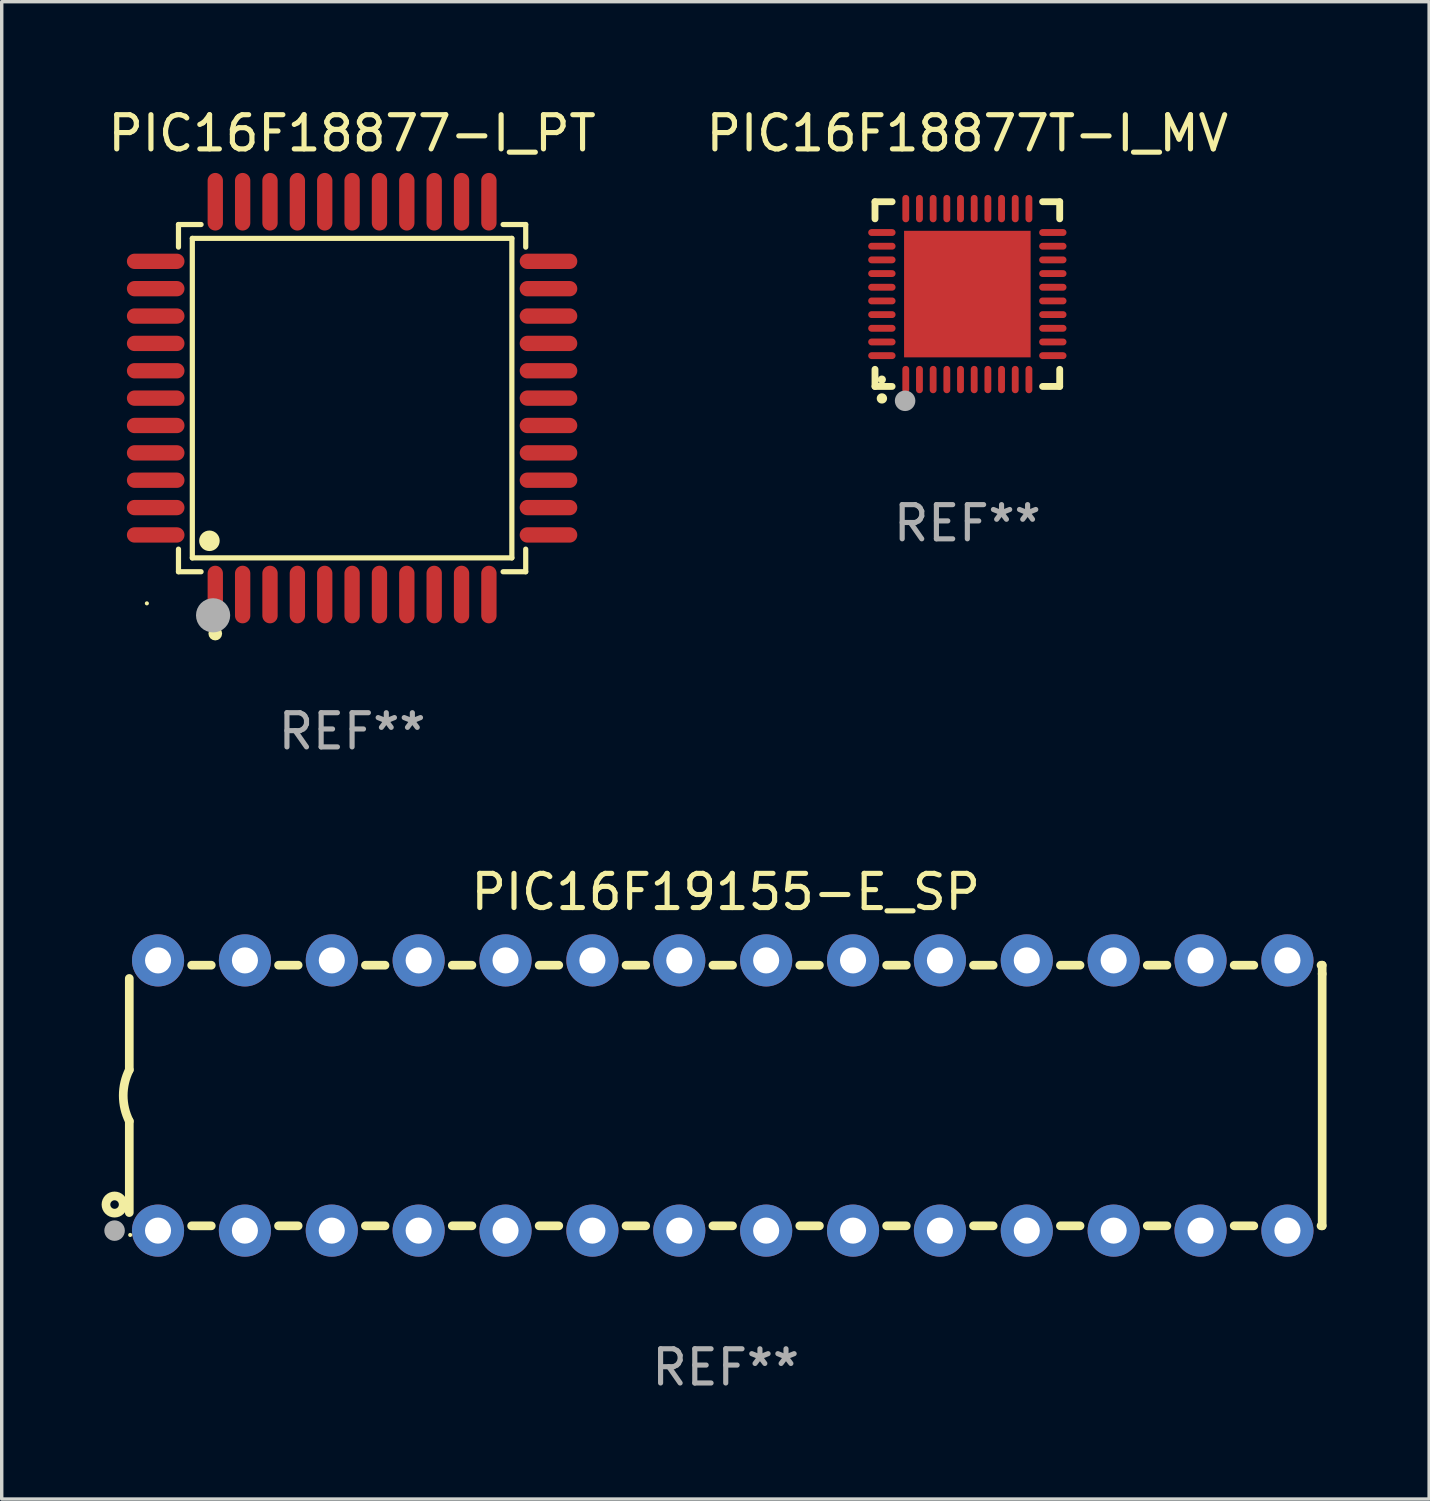
<source format=kicad_pcb>
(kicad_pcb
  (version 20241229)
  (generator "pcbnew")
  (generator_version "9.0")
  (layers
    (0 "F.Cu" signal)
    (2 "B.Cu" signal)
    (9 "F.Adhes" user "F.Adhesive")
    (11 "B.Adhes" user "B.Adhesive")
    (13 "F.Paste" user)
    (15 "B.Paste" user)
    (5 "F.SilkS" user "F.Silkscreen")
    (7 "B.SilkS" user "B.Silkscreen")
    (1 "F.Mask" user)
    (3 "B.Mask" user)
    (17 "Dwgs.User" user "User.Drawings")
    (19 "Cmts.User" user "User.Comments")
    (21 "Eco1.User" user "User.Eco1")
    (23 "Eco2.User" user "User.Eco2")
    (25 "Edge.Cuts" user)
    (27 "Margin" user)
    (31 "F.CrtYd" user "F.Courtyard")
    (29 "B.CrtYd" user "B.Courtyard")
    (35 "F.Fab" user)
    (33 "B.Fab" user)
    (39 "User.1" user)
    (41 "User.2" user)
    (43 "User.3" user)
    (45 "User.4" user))
  (footprint "PIC16F19155-E_SP"
    (layer "F.Cu")
    (at 18.168 28.979)
    (property "Reference" "PIC16F19155-E_SP" (at 0 -5.95 0) (layer "F.SilkS") (effects (font (size 1 1) (thickness 0.15))))
    (attr through_hole)
    (fp_line (start -17.438 0.75) (end -17.438 3.423) (stroke (width 0.254) (type solid)) (layer "F.SilkS"))
    (fp_line (start -17.438 -3.423) (end -17.438 -0.75) (stroke (width 0.254) (type solid)) (layer "F.SilkS"))
    (fp_line (start -15.615 3.81) (end -15.041 3.81) (stroke (width 0.254) (type solid)) (layer "F.SilkS"))
    (fp_line (start -15.041 -3.81) (end -15.614 -3.81) (stroke (width 0.254) (type solid)) (layer "F.SilkS"))
    (fp_line (start -13.075 3.81) (end -12.501 3.81) (stroke (width 0.254) (type solid)) (layer "F.SilkS"))
    (fp_line (start -12.501 -3.81) (end -13.074 -3.81) (stroke (width 0.254) (type solid)) (layer "F.SilkS"))
    (fp_line (start -10.535 3.81) (end -9.961 3.81) (stroke (width 0.254) (type solid)) (layer "F.SilkS"))
    (fp_line (start -9.961 -3.81) (end -10.534 -3.81) (stroke (width 0.254) (type solid)) (layer "F.SilkS"))
    (fp_line (start -7.995 3.81) (end -7.421 3.81) (stroke (width 0.254) (type solid)) (layer "F.SilkS"))
    (fp_line (start -7.421 -3.81) (end -7.995 -3.81) (stroke (width 0.254) (type solid)) (layer "F.SilkS"))
    (fp_line (start -5.455 3.81) (end -4.881 3.81) (stroke (width 0.254) (type solid)) (layer "F.SilkS"))
    (fp_line (start -4.881 -3.81) (end -5.455 -3.81) (stroke (width 0.254) (type solid)) (layer "F.SilkS"))
    (fp_line (start -2.915 3.81) (end -2.341 3.81) (stroke (width 0.254) (type solid)) (layer "F.SilkS"))
    (fp_line (start -2.341 -3.81) (end -2.915 -3.81) (stroke (width 0.254) (type solid)) (layer "F.SilkS"))
    (fp_line (start -0.375 3.81) (end 0.199 3.81) (stroke (width 0.254) (type solid)) (layer "F.SilkS"))
    (fp_line (start 0.199 -3.81) (end -0.375 -3.81) (stroke (width 0.254) (type solid)) (layer "F.SilkS"))
    (fp_line (start 2.165 3.81) (end 2.739 3.81) (stroke (width 0.254) (type solid)) (layer "F.SilkS"))
    (fp_line (start 2.739 -3.81) (end 2.165 -3.81) (stroke (width 0.254) (type solid)) (layer "F.SilkS"))
    (fp_line (start 4.705 3.81) (end 5.279 3.81) (stroke (width 0.254) (type solid)) (layer "F.SilkS"))
    (fp_line (start 5.279 -3.81) (end 4.705 -3.81) (stroke (width 0.254) (type solid)) (layer "F.SilkS"))
    (fp_line (start 7.245 3.81) (end 7.819 3.81) (stroke (width 0.254) (type solid)) (layer "F.SilkS"))
    (fp_line (start 7.819 -3.81) (end 7.245 -3.81) (stroke (width 0.254) (type solid)) (layer "F.SilkS"))
    (fp_line (start 9.785 3.81) (end 10.359 3.81) (stroke (width 0.254) (type solid)) (layer "F.SilkS"))
    (fp_line (start 10.359 -3.81) (end 9.785 -3.81) (stroke (width 0.254) (type solid)) (layer "F.SilkS"))
    (fp_line (start 12.325 3.81) (end 12.899 3.81) (stroke (width 0.254) (type solid)) (layer "F.SilkS"))
    (fp_line (start 12.899 -3.81) (end 12.325 -3.81) (stroke (width 0.254) (type solid)) (layer "F.SilkS"))
    (fp_line (start 14.865 3.81) (end 15.439 3.81) (stroke (width 0.254) (type solid)) (layer "F.SilkS"))
    (fp_line (start 15.439 -3.81) (end 14.865 -3.81) (stroke (width 0.254) (type solid)) (layer "F.SilkS"))
    (fp_line (start 17.405 3.81) (end 17.438 3.81) (stroke (width 0.254) (type solid)) (layer "F.SilkS"))
    (fp_line (start 17.438 -3.81) (end 17.405 -3.81) (stroke (width 0.254) (type solid)) (layer "F.SilkS"))
    (fp_line (start 17.438 -3.556) (end 17.438 -3.81) (stroke (width 0.254) (type solid)) (layer "F.SilkS"))
    (fp_line (start 17.438 3.81) (end 17.438 -3.556) (stroke (width 0.254) (type solid)) (layer "F.SilkS"))
    (fp_arc (start -17.437986 0.749657) (mid -17.614887 -0.000024) (end -17.437783 -0.749657) (stroke (width 0.254001) (type solid)) (layer "F.SilkS"))
    (fp_circle (center -17.868 3.188) (end -17.743 3.188) (stroke (width 0.254) (type solid)) (fill no) (layer "F.SilkS"))
    (fp_circle (center -17.411 4.077) (end -17.381 4.077) (stroke (width 0.06) (type solid)) (fill no) (layer "F.SilkS"))
    (fp_circle (center -17.868 3.95) (end -17.718 3.95) (stroke (width 0.3) (type solid)) (fill no) (layer "F.Fab"))
    (fp_text user "REF**" (at 0 7.95 0) (layer "F.Fab") (effects (font (size 1 1) (thickness 0.15))))
    (pad "1" thru_hole circle (at -16.598 3.95) (size 1.524 1.524) (drill 0.762) (layers "*.Cu" "*.Mask"))
    (pad "2" thru_hole circle (at -14.058 3.95) (size 1.524 1.524) (drill 0.762) (layers "*.Cu" "*.Mask"))
    (pad "3" thru_hole circle (at -11.518 3.95) (size 1.524 1.524) (drill 0.762) (layers "*.Cu" "*.Mask"))
    (pad "4" thru_hole circle (at -8.978 3.95) (size 1.524 1.524) (drill 0.762) (layers "*.Cu" "*.Mask"))
    (pad "5" thru_hole circle (at -6.438 3.95) (size 1.524 1.524) (drill 0.762) (layers "*.Cu" "*.Mask"))
    (pad "6" thru_hole circle (at -3.898 3.95) (size 1.524 1.524) (drill 0.762) (layers "*.Cu" "*.Mask"))
    (pad "7" thru_hole circle (at -1.358 3.95) (size 1.524 1.524) (drill 0.762) (layers "*.Cu" "*.Mask"))
    (pad "8" thru_hole circle (at 1.182 3.95) (size 1.524 1.524) (drill 0.762) (layers "*.Cu" "*.Mask"))
    (pad "9" thru_hole circle (at 3.722 3.95) (size 1.524 1.524) (drill 0.762) (layers "*.Cu" "*.Mask"))
    (pad "10" thru_hole circle (at 6.262 3.95) (size 1.524 1.524) (drill 0.762) (layers "*.Cu" "*.Mask"))
    (pad "11" thru_hole circle (at 8.802 3.95) (size 1.524 1.524) (drill 0.762) (layers "*.Cu" "*.Mask"))
    (pad "12" thru_hole circle (at 11.342 3.95) (size 1.524 1.524) (drill 0.762) (layers "*.Cu" "*.Mask"))
    (pad "13" thru_hole circle (at 13.882 3.95) (size 1.524 1.524) (drill 0.762) (layers "*.Cu" "*.Mask"))
    (pad "14" thru_hole circle (at 16.422 3.95) (size 1.524 1.524) (drill 0.762) (layers "*.Cu" "*.Mask"))
    (pad "15" thru_hole circle (at 16.422 -3.95) (size 1.524 1.524) (drill 0.762) (layers "*.Cu" "*.Mask"))
    (pad "16" thru_hole circle (at 13.882 -3.95) (size 1.524 1.524) (drill 0.762) (layers "*.Cu" "*.Mask"))
    (pad "17" thru_hole circle (at 11.342 -3.95) (size 1.524 1.524) (drill 0.762) (layers "*.Cu" "*.Mask"))
    (pad "18" thru_hole circle (at 8.802 -3.95) (size 1.524 1.524) (drill 0.762) (layers "*.Cu" "*.Mask"))
    (pad "19" thru_hole circle (at 6.262 -3.95) (size 1.524 1.524) (drill 0.762) (layers "*.Cu" "*.Mask"))
    (pad "20" thru_hole circle (at 3.722 -3.95) (size 1.524 1.524) (drill 0.762) (layers "*.Cu" "*.Mask"))
    (pad "21" thru_hole circle (at 1.182 -3.95) (size 1.524 1.524) (drill 0.762) (layers "*.Cu" "*.Mask"))
    (pad "22" thru_hole circle (at -1.358 -3.95) (size 1.524 1.524) (drill 0.762) (layers "*.Cu" "*.Mask"))
    (pad "23" thru_hole circle (at -3.898 -3.95) (size 1.524 1.524) (drill 0.762) (layers "*.Cu" "*.Mask"))
    (pad "24" thru_hole circle (at -6.438 -3.95) (size 1.524 1.524) (drill 0.762) (layers "*.Cu" "*.Mask"))
    (pad "25" thru_hole circle (at -8.978 -3.95) (size 1.524 1.524) (drill 0.762) (layers "*.Cu" "*.Mask"))
    (pad "26" thru_hole circle (at -11.517 -3.95) (size 1.524 1.524) (drill 0.762) (layers "*.Cu" "*.Mask"))
    (pad "27" thru_hole circle (at -14.057 -3.95) (size 1.524 1.524) (drill 0.762) (layers "*.Cu" "*.Mask"))
    (pad "28" thru_hole circle (at -16.597 -3.95) (size 1.524 1.524) (drill 0.762) (layers "*.Cu" "*.Mask")))
  (footprint "PIC16F18877T-I_MV"
    (layer "F.Cu")
    (at 25.232 5.548)
    (property "Reference" "PIC16F18877T-I_MV" (at 0 -4.7 0) (layer "F.SilkS") (effects (font (size 1 1) (thickness 0.15))))
    (attr through_hole)
    (fp_line (start -2.7 -2.7) (end -2.7 -2.2) (stroke (width 0.2) (type solid)) (layer "F.SilkS"))
    (fp_line (start -2.7 2.7) (end -2.7 2.2) (stroke (width 0.2) (type solid)) (layer "F.SilkS"))
    (fp_line (start -2.2 -2.7) (end -2.7 -2.7) (stroke (width 0.2) (type solid)) (layer "F.SilkS"))
    (fp_line (start -2.2 2.7) (end -2.7 2.7) (stroke (width 0.2) (type solid)) (layer "F.SilkS"))
    (fp_line (start 2.7 -2.7) (end 2.2 -2.7) (stroke (width 0.2) (type solid)) (layer "F.SilkS"))
    (fp_line (start 2.7 -2.2) (end 2.7 -2.7) (stroke (width 0.2) (type solid)) (layer "F.SilkS"))
    (fp_line (start 2.7 2.2) (end 2.7 2.7) (stroke (width 0.2) (type solid)) (layer "F.SilkS"))
    (fp_line (start 2.7 2.7) (end 2.2 2.7) (stroke (width 0.2) (type solid)) (layer "F.SilkS"))
    (fp_arc (start -2.499365 3.050546) (mid -2.498095 3.050541) (end -2.496825 3.050546) (stroke (width 0.3) (type solid)) (layer "F.SilkS"))
    (fp_circle (center -2.5 2.5) (end -2.44 2.5) (stroke (width 0.12) (type solid)) (fill no) (layer "F.SilkS"))
    (fp_circle (center -1.82 3.12) (end -1.67 3.12) (stroke (width 0.3) (type solid)) (fill no) (layer "F.Fab"))
    (fp_text user "REF**" (at 0 6.7 0) (layer "F.Fab") (effects (font (size 1 1) (thickness 0.15))))
    (pad "1" smd oval (at -1.8 2.499) (size 0.2 0.8) (layers "F.Cu" "F.Mask" "F.Paste"))
    (pad "2" smd oval (at -1.4 2.499) (size 0.2 0.8) (layers "F.Cu" "F.Mask" "F.Paste"))
    (pad "3" smd oval (at -1 2.499) (size 0.2 0.8) (layers "F.Cu" "F.Mask" "F.Paste"))
    (pad "4" smd oval (at -0.6 2.499) (size 0.2 0.8) (layers "F.Cu" "F.Mask" "F.Paste"))
    (pad "5" smd oval (at -0.2 2.499) (size 0.2 0.8) (layers "F.Cu" "F.Mask" "F.Paste"))
    (pad "6" smd oval (at 0.2 2.499) (size 0.2 0.8) (layers "F.Cu" "F.Mask" "F.Paste"))
    (pad "7" smd oval (at 0.6 2.499) (size 0.2 0.8) (layers "F.Cu" "F.Mask" "F.Paste"))
    (pad "8" smd oval (at 1 2.499) (size 0.2 0.8) (layers "F.Cu" "F.Mask" "F.Paste"))
    (pad "9" smd oval (at 1.4 2.499) (size 0.2 0.8) (layers "F.Cu" "F.Mask" "F.Paste"))
    (pad "10" smd oval (at 1.8 2.499) (size 0.2 0.8) (layers "F.Cu" "F.Mask" "F.Paste"))
    (pad "11" smd oval (at 2.499 1.8) (size 0.8 0.2) (layers "F.Cu" "F.Mask" "F.Paste"))
    (pad "12" smd oval (at 2.499 1.4) (size 0.8 0.2) (layers "F.Cu" "F.Mask" "F.Paste"))
    (pad "13" smd oval (at 2.499 1) (size 0.8 0.2) (layers "F.Cu" "F.Mask" "F.Paste"))
    (pad "14" smd oval (at 2.499 0.6) (size 0.8 0.2) (layers "F.Cu" "F.Mask" "F.Paste"))
    (pad "15" smd oval (at 2.499 0.2) (size 0.8 0.2) (layers "F.Cu" "F.Mask" "F.Paste"))
    (pad "16" smd oval (at 2.499 -0.2) (size 0.8 0.2) (layers "F.Cu" "F.Mask" "F.Paste"))
    (pad "17" smd oval (at 2.499 -0.6) (size 0.8 0.2) (layers "F.Cu" "F.Mask" "F.Paste"))
    (pad "18" smd oval (at 2.499 -1) (size 0.8 0.2) (layers "F.Cu" "F.Mask" "F.Paste"))
    (pad "19" smd oval (at 2.499 -1.4) (size 0.8 0.2) (layers "F.Cu" "F.Mask" "F.Paste"))
    (pad "20" smd oval (at 2.499 -1.8) (size 0.8 0.2) (layers "F.Cu" "F.Mask" "F.Paste"))
    (pad "21" smd oval (at 1.8 -2.499) (size 0.2 0.8) (layers "F.Cu" "F.Mask" "F.Paste"))
    (pad "22" smd oval (at 1.4 -2.499) (size 0.2 0.8) (layers "F.Cu" "F.Mask" "F.Paste"))
    (pad "23" smd oval (at 1 -2.499) (size 0.2 0.8) (layers "F.Cu" "F.Mask" "F.Paste"))
    (pad "24" smd oval (at 0.6 -2.499) (size 0.2 0.8) (layers "F.Cu" "F.Mask" "F.Paste"))
    (pad "25" smd oval (at 0.2 -2.499) (size 0.2 0.8) (layers "F.Cu" "F.Mask" "F.Paste"))
    (pad "26" smd oval (at -0.2 -2.499) (size 0.2 0.8) (layers "F.Cu" "F.Mask" "F.Paste"))
    (pad "27" smd oval (at -0.6 -2.499) (size 0.2 0.8) (layers "F.Cu" "F.Mask" "F.Paste"))
    (pad "28" smd oval (at -1 -2.499) (size 0.2 0.8) (layers "F.Cu" "F.Mask" "F.Paste"))
    (pad "29" smd oval (at -1.4 -2.499) (size 0.2 0.8) (layers "F.Cu" "F.Mask" "F.Paste"))
    (pad "30" smd oval (at -1.8 -2.499) (size 0.2 0.8) (layers "F.Cu" "F.Mask" "F.Paste"))
    (pad "31" smd oval (at -2.499 -1.8) (size 0.8 0.2) (layers "F.Cu" "F.Mask" "F.Paste"))
    (pad "32" smd oval (at -2.499 -1.4) (size 0.8 0.2) (layers "F.Cu" "F.Mask" "F.Paste"))
    (pad "33" smd oval (at -2.499 -1) (size 0.8 0.2) (layers "F.Cu" "F.Mask" "F.Paste"))
    (pad "34" smd oval (at -2.499 -0.6) (size 0.8 0.2) (layers "F.Cu" "F.Mask" "F.Paste"))
    (pad "35" smd oval (at -2.499 -0.2) (size 0.8 0.2) (layers "F.Cu" "F.Mask" "F.Paste"))
    (pad "36" smd oval (at -2.499 0.2) (size 0.8 0.2) (layers "F.Cu" "F.Mask" "F.Paste"))
    (pad "37" smd oval (at -2.499 0.6) (size 0.8 0.2) (layers "F.Cu" "F.Mask" "F.Paste"))
    (pad "38" smd oval (at -2.499 1) (size 0.8 0.2) (layers "F.Cu" "F.Mask" "F.Paste"))
    (pad "39" smd oval (at -2.499 1.4) (size 0.8 0.2) (layers "F.Cu" "F.Mask" "F.Paste"))
    (pad "40" smd oval (at -2.499 1.8) (size 0.8 0.2) (layers "F.Cu" "F.Mask" "F.Paste"))
    (pad "41" smd rect (at 0 0) (size 3.7 3.7) (layers "F.Cu" "F.Mask" "F.Paste")))
  (footprint "PIC16F18877-I_PT"
    (layer "F.Cu")
    (at 7.244 8.59)
    (property "Reference" "PIC16F18877-I_PT" (at 0 -7.742 0) (layer "F.SilkS") (effects (font (size 1 1) (thickness 0.15))))
    (attr through_hole)
    (fp_line (start -5.076 -5.076) (end -4.415 -5.076) (stroke (width 0.152) (type solid)) (layer "F.SilkS"))
    (fp_line (start -5.076 -4.415) (end -5.076 -5.076) (stroke (width 0.152) (type solid)) (layer "F.SilkS"))
    (fp_line (start -5.076 4.415) (end -5.076 5.076) (stroke (width 0.152) (type solid)) (layer "F.SilkS"))
    (fp_line (start -5.076 5.076) (end -4.415 5.076) (stroke (width 0.152) (type solid)) (layer "F.SilkS"))
    (fp_line (start -4.671 -4.671) (end 4.671 -4.671) (stroke (width 0.152) (type solid)) (layer "F.SilkS"))
    (fp_line (start -4.671 4.671) (end -4.671 -4.671) (stroke (width 0.152) (type solid)) (layer "F.SilkS"))
    (fp_line (start 4.671 -4.671) (end 4.671 4.671) (stroke (width 0.152) (type solid)) (layer "F.SilkS"))
    (fp_line (start 4.671 4.671) (end -4.671 4.671) (stroke (width 0.152) (type solid)) (layer "F.SilkS"))
    (fp_line (start 5.076 -5.076) (end 4.415 -5.076) (stroke (width 0.152) (type solid)) (layer "F.SilkS"))
    (fp_line (start 5.076 -4.415) (end 5.076 -5.076) (stroke (width 0.152) (type solid)) (layer "F.SilkS"))
    (fp_line (start 5.076 4.415) (end 5.076 5.076) (stroke (width 0.152) (type solid)) (layer "F.SilkS"))
    (fp_line (start 5.076 5.076) (end 4.415 5.076) (stroke (width 0.152) (type solid)) (layer "F.SilkS"))
    (fp_circle (center -6 6) (end -5.97 6) (stroke (width 0.06) (type solid)) (fill no) (layer "F.SilkS"))
    (fp_circle (center -4.171 4.171) (end -4.021 4.171) (stroke (width 0.3) (type solid)) (fill no) (layer "F.SilkS"))
    (fp_circle (center -4 6.884) (end -3.9 6.884) (stroke (width 0.2) (type solid)) (fill no) (layer "F.SilkS"))
    (fp_circle (center -4.064 6.35) (end -3.814 6.35) (stroke (width 0.5) (type solid)) (fill no) (layer "F.Fab"))
    (fp_text user "REF**" (at 0 9.742 0) (layer "F.Fab") (effects (font (size 1 1) (thickness 0.15))))
    (pad "1" smd oval (at -4 5.742) (size 0.448 1.684) (layers "F.Cu" "F.Mask" "F.Paste"))
    (pad "2" smd oval (at -3.2 5.742) (size 0.448 1.684) (layers "F.Cu" "F.Mask" "F.Paste"))
    (pad "3" smd oval (at -2.4 5.742) (size 0.448 1.684) (layers "F.Cu" "F.Mask" "F.Paste"))
    (pad "4" smd oval (at -1.6 5.742) (size 0.448 1.684) (layers "F.Cu" "F.Mask" "F.Paste"))
    (pad "5" smd oval (at -0.8 5.742) (size 0.448 1.684) (layers "F.Cu" "F.Mask" "F.Paste"))
    (pad "6" smd oval (at 0 5.742) (size 0.448 1.684) (layers "F.Cu" "F.Mask" "F.Paste"))
    (pad "7" smd oval (at 0.8 5.742) (size 0.448 1.684) (layers "F.Cu" "F.Mask" "F.Paste"))
    (pad "8" smd oval (at 1.6 5.742) (size 0.448 1.684) (layers "F.Cu" "F.Mask" "F.Paste"))
    (pad "9" smd oval (at 2.4 5.742) (size 0.448 1.684) (layers "F.Cu" "F.Mask" "F.Paste"))
    (pad "10" smd oval (at 3.2 5.742) (size 0.448 1.684) (layers "F.Cu" "F.Mask" "F.Paste"))
    (pad "11" smd oval (at 4 5.742) (size 0.448 1.684) (layers "F.Cu" "F.Mask" "F.Paste"))
    (pad "12" smd oval (at 5.742 4) (size 1.684 0.448) (layers "F.Cu" "F.Mask" "F.Paste"))
    (pad "13" smd oval (at 5.742 3.2) (size 1.684 0.448) (layers "F.Cu" "F.Mask" "F.Paste"))
    (pad "14" smd oval (at 5.742 2.4) (size 1.684 0.448) (layers "F.Cu" "F.Mask" "F.Paste"))
    (pad "15" smd oval (at 5.742 1.6) (size 1.684 0.448) (layers "F.Cu" "F.Mask" "F.Paste"))
    (pad "16" smd oval (at 5.742 0.8) (size 1.684 0.448) (layers "F.Cu" "F.Mask" "F.Paste"))
    (pad "17" smd oval (at 5.742 0) (size 1.684 0.448) (layers "F.Cu" "F.Mask" "F.Paste"))
    (pad "18" smd oval (at 5.742 -0.8) (size 1.684 0.448) (layers "F.Cu" "F.Mask" "F.Paste"))
    (pad "19" smd oval (at 5.742 -1.6) (size 1.684 0.448) (layers "F.Cu" "F.Mask" "F.Paste"))
    (pad "20" smd oval (at 5.742 -2.4) (size 1.684 0.448) (layers "F.Cu" "F.Mask" "F.Paste"))
    (pad "21" smd oval (at 5.742 -3.2) (size 1.684 0.448) (layers "F.Cu" "F.Mask" "F.Paste"))
    (pad "22" smd oval (at 5.742 -4) (size 1.684 0.448) (layers "F.Cu" "F.Mask" "F.Paste"))
    (pad "23" smd oval (at 4 -5.742) (size 0.448 1.684) (layers "F.Cu" "F.Mask" "F.Paste"))
    (pad "24" smd oval (at 3.2 -5.742) (size 0.448 1.684) (layers "F.Cu" "F.Mask" "F.Paste"))
    (pad "25" smd oval (at 2.4 -5.742) (size 0.448 1.684) (layers "F.Cu" "F.Mask" "F.Paste"))
    (pad "26" smd oval (at 1.6 -5.742) (size 0.448 1.684) (layers "F.Cu" "F.Mask" "F.Paste"))
    (pad "27" smd oval (at 0.8 -5.742) (size 0.448 1.684) (layers "F.Cu" "F.Mask" "F.Paste"))
    (pad "28" smd oval (at 0 -5.742) (size 0.448 1.684) (layers "F.Cu" "F.Mask" "F.Paste"))
    (pad "29" smd oval (at -0.8 -5.742) (size 0.448 1.684) (layers "F.Cu" "F.Mask" "F.Paste"))
    (pad "30" smd oval (at -1.6 -5.742) (size 0.448 1.684) (layers "F.Cu" "F.Mask" "F.Paste"))
    (pad "31" smd oval (at -2.4 -5.742) (size 0.448 1.684) (layers "F.Cu" "F.Mask" "F.Paste"))
    (pad "32" smd oval (at -3.2 -5.742) (size 0.448 1.684) (layers "F.Cu" "F.Mask" "F.Paste"))
    (pad "33" smd oval (at -4 -5.742) (size 0.448 1.684) (layers "F.Cu" "F.Mask" "F.Paste"))
    (pad "34" smd oval (at -5.742 -4) (size 1.684 0.448) (layers "F.Cu" "F.Mask" "F.Paste"))
    (pad "35" smd oval (at -5.742 -3.2) (size 1.684 0.448) (layers "F.Cu" "F.Mask" "F.Paste"))
    (pad "36" smd oval (at -5.742 -2.4) (size 1.684 0.448) (layers "F.Cu" "F.Mask" "F.Paste"))
    (pad "37" smd oval (at -5.742 -1.6) (size 1.684 0.448) (layers "F.Cu" "F.Mask" "F.Paste"))
    (pad "38" smd oval (at -5.742 -0.8) (size 1.684 0.448) (layers "F.Cu" "F.Mask" "F.Paste"))
    (pad "39" smd oval (at -5.742 0) (size 1.684 0.448) (layers "F.Cu" "F.Mask" "F.Paste"))
    (pad "40" smd oval (at -5.742 0.8) (size 1.684 0.448) (layers "F.Cu" "F.Mask" "F.Paste"))
    (pad "41" smd oval (at -5.742 1.6) (size 1.684 0.448) (layers "F.Cu" "F.Mask" "F.Paste"))
    (pad "42" smd oval (at -5.742 2.4) (size 1.684 0.448) (layers "F.Cu" "F.Mask" "F.Paste"))
    (pad "43" smd oval (at -5.742 3.2) (size 1.684 0.448) (layers "F.Cu" "F.Mask" "F.Paste"))
    (pad "44" smd oval (at -5.742 4) (size 1.684 0.448) (layers "F.Cu" "F.Mask" "F.Paste")))
  (gr_rect
    (start -3 -3)
    (end 38.733 40.777)
    (stroke (width 0.1) (type default))
    (fill no)
    (layer "Edge.Cuts")))
</source>
